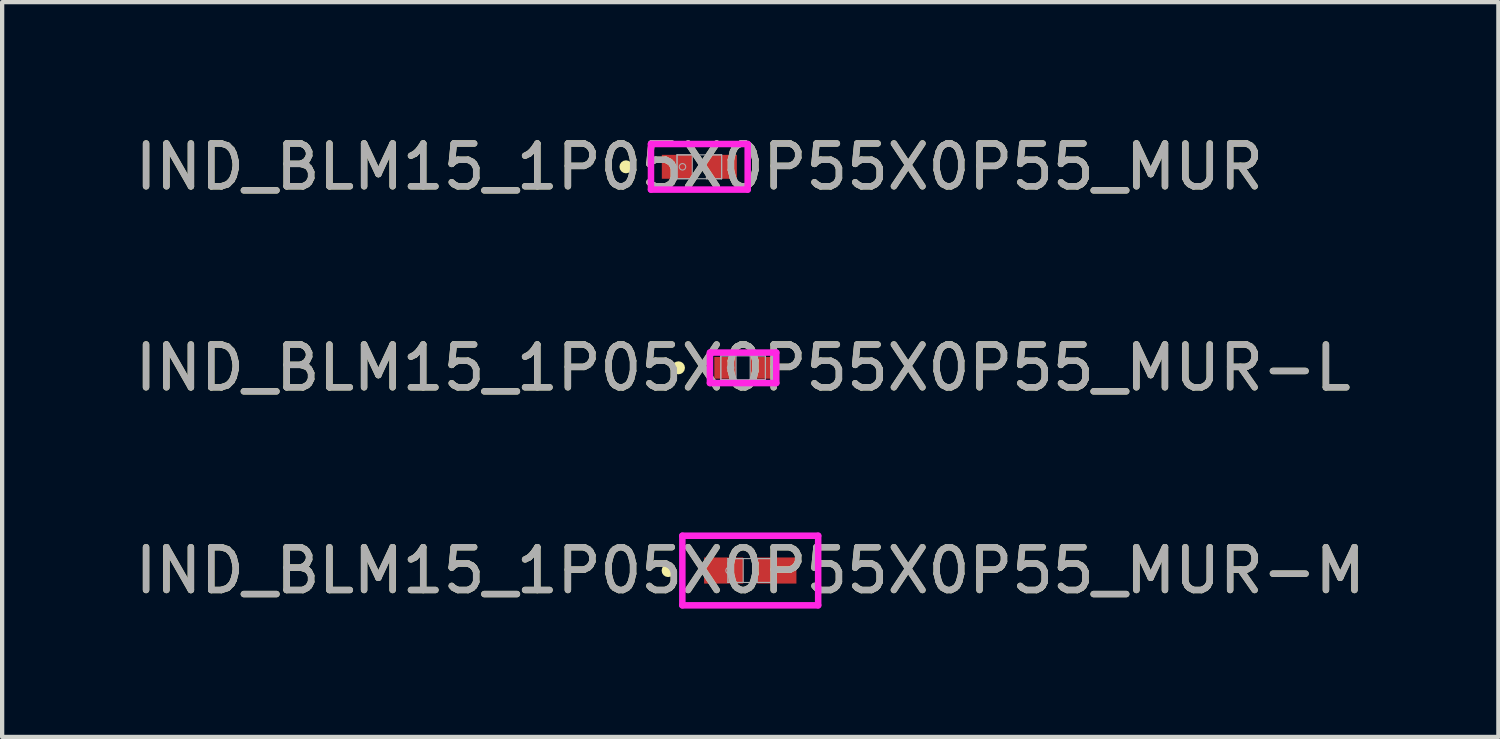
<source format=kicad_pcb>
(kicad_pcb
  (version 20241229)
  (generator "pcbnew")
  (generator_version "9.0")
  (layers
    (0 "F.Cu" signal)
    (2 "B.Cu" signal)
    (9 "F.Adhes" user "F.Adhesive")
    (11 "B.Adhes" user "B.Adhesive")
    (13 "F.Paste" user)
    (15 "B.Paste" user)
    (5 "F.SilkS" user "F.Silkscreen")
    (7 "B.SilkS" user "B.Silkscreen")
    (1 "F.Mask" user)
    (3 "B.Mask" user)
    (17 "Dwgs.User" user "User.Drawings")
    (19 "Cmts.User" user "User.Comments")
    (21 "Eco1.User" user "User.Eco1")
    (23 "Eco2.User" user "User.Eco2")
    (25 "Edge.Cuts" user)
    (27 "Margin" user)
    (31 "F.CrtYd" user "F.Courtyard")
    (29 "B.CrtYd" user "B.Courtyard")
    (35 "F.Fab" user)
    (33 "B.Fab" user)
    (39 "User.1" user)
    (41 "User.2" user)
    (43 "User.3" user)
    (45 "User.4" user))
  (footprint "IND_BLM15_1P05X0P55X0P55_MUR"
    (layer "F.Cu")
    (at 13.292 0.848)
    (property "Reference" "IND_BLM15_1P05X0P55X0P55_MUR" (at 0 0 0) (unlocked yes) (layer "F.SilkS") (effects (font (size 1 1) (thickness 0.15))))
    (attr smd)
    (fp_circle (center -1.714 0) (end -1.638 0) (stroke (width 0.152) (type solid)) (fill no) (layer "F.SilkS"))
    (fp_line (start -1.13 -0.533) (end 1.13 -0.533) (stroke (width 0.152) (type solid)) (layer "F.CrtYd"))
    (fp_line (start -1.13 0.533) (end -1.13 -0.533) (stroke (width 0.152) (type solid)) (layer "F.CrtYd"))
    (fp_line (start 1.13 -0.533) (end 1.13 0.533) (stroke (width 0.152) (type solid)) (layer "F.CrtYd"))
    (fp_line (start 1.13 0.533) (end -1.13 0.533) (stroke (width 0.152) (type solid)) (layer "F.CrtYd"))
    (fp_line (start -0.521 -0.279) (end -0.521 0.279) (stroke (width 0.025) (type solid)) (layer "F.Fab"))
    (fp_line (start -0.521 -0.279) (end -0.521 0.279) (stroke (width 0.025) (type solid)) (layer "F.Fab"))
    (fp_line (start -0.521 0.279) (end -0.165 0.279) (stroke (width 0.025) (type solid)) (layer "F.Fab"))
    (fp_line (start -0.521 0.279) (end 0.521 0.279) (stroke (width 0.025) (type solid)) (layer "F.Fab"))
    (fp_line (start -0.165 -0.279) (end -0.521 -0.279) (stroke (width 0.025) (type solid)) (layer "F.Fab"))
    (fp_line (start -0.165 0.279) (end -0.165 -0.279) (stroke (width 0.025) (type solid)) (layer "F.Fab"))
    (fp_line (start 0.165 -0.279) (end 0.165 0.279) (stroke (width 0.025) (type solid)) (layer "F.Fab"))
    (fp_line (start 0.165 0.279) (end 0.521 0.279) (stroke (width 0.025) (type solid)) (layer "F.Fab"))
    (fp_line (start 0.521 -0.279) (end -0.521 -0.279) (stroke (width 0.025) (type solid)) (layer "F.Fab"))
    (fp_line (start 0.521 -0.279) (end 0.165 -0.279) (stroke (width 0.025) (type solid)) (layer "F.Fab"))
    (fp_line (start 0.521 0.279) (end 0.521 -0.279) (stroke (width 0.025) (type solid)) (layer "F.Fab"))
    (fp_line (start 0.521 0.279) (end 0.521 -0.279) (stroke (width 0.025) (type solid)) (layer "F.Fab"))
    (fp_circle (center -0.394 0) (end -0.318 0) (stroke (width 0.025) (type solid)) (fill no) (layer "F.Fab"))
    (fp_text user "${REFERENCE}" (at 0 0 0) (unlocked yes) (layer "F.Fab") (effects (font (size 1 1) (thickness 0.15))))
    (pad "1" smd rect (at -0.521 0) (size 0.711 0.559) (layers "F.Cu" "F.Mask" "F.Paste"))
    (pad "2" smd rect (at 0.521 0) (size 0.711 0.559) (layers "F.Cu" "F.Mask" "F.Paste"))
    (zone (net_name "") (layer "F.Cu") (hatch full 0.508) (connect_pads) (min_thickness 0.254) (filled_areas_thickness no) (keepout (tracks not_allowed) (vias not_allowed) (pads allowed) (copperpour not_allowed) (footprints allowed)) (placement (enabled no)) (fill) (polygon (pts (xy 13.177 0.62) (xy 13.406 0.62) (xy 13.406 1.077) (xy 13.177 1.077)))))
  (footprint "IND_BLM15_1P05X0P55X0P55_MUR-M"
    (layer "F.Cu")
    (at 14.482 10.282)
    (property "Reference" "IND_BLM15_1P05X0P55X0P55_MUR-M" (at 0 0 0) (unlocked yes) (layer "F.SilkS") (effects (font (size 1 1) (thickness 0.15))))
    (attr smd)
    (fp_circle (center -1.918 0) (end -1.841 0) (stroke (width 0.152) (type solid)) (fill no) (layer "F.SilkS"))
    (fp_line (start -1.587 -0.813) (end 1.587 -0.813) (stroke (width 0.152) (type solid)) (layer "F.CrtYd"))
    (fp_line (start -1.587 0.813) (end -1.587 -0.813) (stroke (width 0.152) (type solid)) (layer "F.CrtYd"))
    (fp_line (start 1.587 -0.813) (end 1.587 0.813) (stroke (width 0.152) (type solid)) (layer "F.CrtYd"))
    (fp_line (start 1.587 0.813) (end -1.587 0.813) (stroke (width 0.152) (type solid)) (layer "F.CrtYd"))
    (fp_line (start -0.521 -0.279) (end -0.521 0.279) (stroke (width 0.025) (type solid)) (layer "F.Fab"))
    (fp_line (start -0.521 -0.279) (end -0.521 0.279) (stroke (width 0.025) (type solid)) (layer "F.Fab"))
    (fp_line (start -0.521 0.279) (end -0.165 0.279) (stroke (width 0.025) (type solid)) (layer "F.Fab"))
    (fp_line (start -0.521 0.279) (end 0.521 0.279) (stroke (width 0.025) (type solid)) (layer "F.Fab"))
    (fp_line (start -0.165 -0.279) (end -0.521 -0.279) (stroke (width 0.025) (type solid)) (layer "F.Fab"))
    (fp_line (start -0.165 0.279) (end -0.165 -0.279) (stroke (width 0.025) (type solid)) (layer "F.Fab"))
    (fp_line (start 0.165 -0.279) (end 0.165 0.279) (stroke (width 0.025) (type solid)) (layer "F.Fab"))
    (fp_line (start 0.165 0.279) (end 0.521 0.279) (stroke (width 0.025) (type solid)) (layer "F.Fab"))
    (fp_line (start 0.521 -0.279) (end -0.521 -0.279) (stroke (width 0.025) (type solid)) (layer "F.Fab"))
    (fp_line (start 0.521 -0.279) (end 0.165 -0.279) (stroke (width 0.025) (type solid)) (layer "F.Fab"))
    (fp_line (start 0.521 0.279) (end 0.521 -0.279) (stroke (width 0.025) (type solid)) (layer "F.Fab"))
    (fp_line (start 0.521 0.279) (end 0.521 -0.279) (stroke (width 0.025) (type solid)) (layer "F.Fab"))
    (fp_circle (center -0.495 0) (end -0.419 0) (stroke (width 0.025) (type solid)) (fill no) (layer "F.Fab"))
    (fp_text user "${REFERENCE}" (at 0 0 0) (unlocked yes) (layer "F.Fab") (effects (font (size 1 1) (thickness 0.15))))
    (pad "1" smd rect (at -0.622 0) (size 0.914 0.61) (layers "F.Cu" "F.Mask" "F.Paste"))
    (pad "2" smd rect (at 0.622 0) (size 0.914 0.61) (layers "F.Cu" "F.Mask" "F.Paste"))
    (zone (net_name "") (layer "F.Cu") (hatch full 0.508) (connect_pads) (min_thickness 0.254) (filled_areas_thickness no) (keepout (tracks not_allowed) (vias not_allowed) (pads allowed) (copperpour not_allowed) (footprints allowed)) (placement (enabled no)) (fill) (polygon (pts (xy 14.368 10.053) (xy 14.596 10.053) (xy 14.596 10.511) (xy 14.368 10.511)))))
  (footprint "IND_BLM15_1P05X0P55X0P55_MUR-L"
    (layer "F.Cu")
    (at 14.315 5.545)
    (property "Reference" "IND_BLM15_1P05X0P55X0P55_MUR-L" (at 0 0 0) (unlocked yes) (layer "F.SilkS") (effects (font (size 1 1) (thickness 0.15))))
    (attr smd)
    (fp_circle (center -1.511 0) (end -1.435 0) (stroke (width 0.152) (type solid)) (fill no) (layer "F.SilkS"))
    (fp_line (start -0.775 -0.356) (end 0.775 -0.356) (stroke (width 0.152) (type solid)) (layer "F.CrtYd"))
    (fp_line (start -0.775 0.356) (end -0.775 -0.356) (stroke (width 0.152) (type solid)) (layer "F.CrtYd"))
    (fp_line (start 0.775 -0.356) (end 0.775 0.356) (stroke (width 0.152) (type solid)) (layer "F.CrtYd"))
    (fp_line (start 0.775 0.356) (end -0.775 0.356) (stroke (width 0.152) (type solid)) (layer "F.CrtYd"))
    (fp_line (start -0.521 -0.279) (end -0.521 0.279) (stroke (width 0.025) (type solid)) (layer "F.Fab"))
    (fp_line (start -0.521 -0.279) (end -0.521 0.279) (stroke (width 0.025) (type solid)) (layer "F.Fab"))
    (fp_line (start -0.521 0.279) (end -0.165 0.279) (stroke (width 0.025) (type solid)) (layer "F.Fab"))
    (fp_line (start -0.521 0.279) (end 0.521 0.279) (stroke (width 0.025) (type solid)) (layer "F.Fab"))
    (fp_line (start -0.165 -0.279) (end -0.521 -0.279) (stroke (width 0.025) (type solid)) (layer "F.Fab"))
    (fp_line (start -0.165 0.279) (end -0.165 -0.279) (stroke (width 0.025) (type solid)) (layer "F.Fab"))
    (fp_line (start 0.165 -0.279) (end 0.165 0.279) (stroke (width 0.025) (type solid)) (layer "F.Fab"))
    (fp_line (start 0.165 0.279) (end 0.521 0.279) (stroke (width 0.025) (type solid)) (layer "F.Fab"))
    (fp_line (start 0.521 -0.279) (end -0.521 -0.279) (stroke (width 0.025) (type solid)) (layer "F.Fab"))
    (fp_line (start 0.521 -0.279) (end 0.165 -0.279) (stroke (width 0.025) (type solid)) (layer "F.Fab"))
    (fp_line (start 0.521 0.279) (end 0.521 -0.279) (stroke (width 0.025) (type solid)) (layer "F.Fab"))
    (fp_line (start 0.521 0.279) (end 0.521 -0.279) (stroke (width 0.025) (type solid)) (layer "F.Fab"))
    (fp_circle (center -0.292 0) (end -0.216 0) (stroke (width 0.025) (type solid)) (fill no) (layer "F.Fab"))
    (fp_text user "${REFERENCE}" (at 0 0 0) (unlocked yes) (layer "F.Fab") (effects (font (size 1 1) (thickness 0.15))))
    (pad "1" smd rect (at -0.419 0) (size 0.508 0.508) (layers "F.Cu" "F.Mask" "F.Paste"))
    (pad "2" smd rect (at 0.419 0) (size 0.508 0.508) (layers "F.Cu" "F.Mask" "F.Paste"))
    (zone (net_name "") (layer "F.Cu") (hatch full 0.508) (connect_pads) (min_thickness 0.254) (filled_areas_thickness no) (keepout (tracks not_allowed) (vias not_allowed) (pads allowed) (copperpour not_allowed) (footprints allowed)) (placement (enabled no)) (fill) (polygon (pts (xy 14.201 5.316) (xy 14.43 5.316) (xy 14.43 5.773) (xy 14.201 5.773)))))
  (gr_rect
    (start -3 -3)
    (end 31.964 14.171)
    (stroke (width 0.1) (type default))
    (fill no)
    (layer "Edge.Cuts")))
</source>
